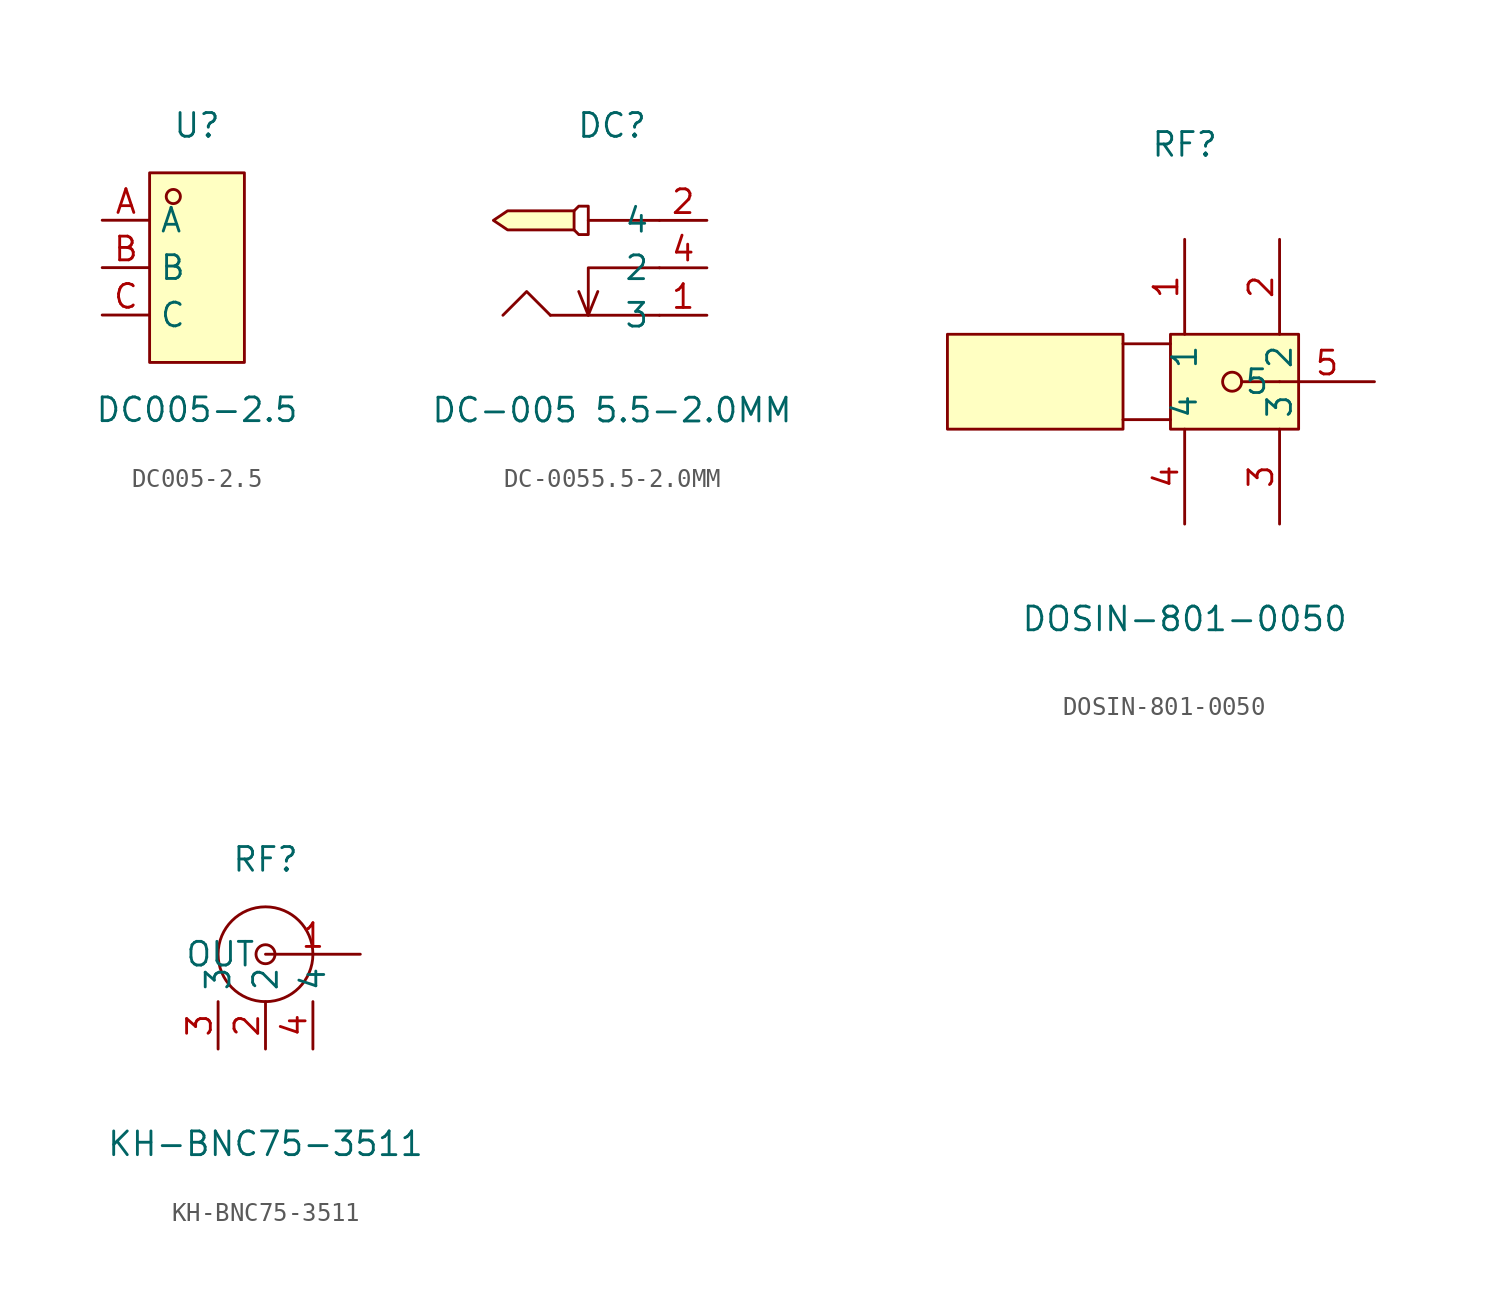
<source format=kicad_sym>
(kicad_symbol_lib
  (version 20231120)
  (generator "kicad_symbol_editor")
  (generator_version "8.0")
  (symbol "DC005-2.5"
    (property "Reference" "U"
      (at 0 7.62 0)
      (effects (font (size 1.27 1.27))))
    (property "Value" "DC005-2.5"
      (at 0 -7.62 0)
      (effects (font (size 1.27 1.27))))
    (symbol "DC005-2.5_0_1"
      (rectangle (start -2.54 5.08) (end 2.54 -5.08) (stroke (width 0) (type default) (color 0 0 0 0)) (fill (type background)))
      (circle (center -1.27 3.81) (radius 0.38) (stroke (width 0) (type default) (color 0 0 0 0)) (fill (type none)))
      (pin unspecified line (at -5.08 2.54 0) (length 2.54) (name "A" (effects (font (size 1.27 1.27)))) (number "A" (effects (font (size 1.27 1.27)))))
      (pin unspecified line (at -5.08 -0.00 0) (length 2.54) (name "B" (effects (font (size 1.27 1.27)))) (number "B" (effects (font (size 1.27 1.27)))))
      (pin unspecified line (at -5.08 -2.54 0) (length 2.54) (name "C" (effects (font (size 1.27 1.27)))) (number "C" (effects (font (size 1.27 1.27)))))))
  (symbol "DC-0055.5-2.0MM"
    (property "Reference" "DC"
      (at 0 7.62 0)
      (effects (font (size 1.27 1.27))))
    (property "Value" "DC-005 5.5-2.0MM"
      (at 0 -7.62 0)
      (effects (font (size 1.27 1.27))))
    (symbol "DC-0055.5-2.0MM_0_1"
      (polyline (pts (xy -1.27 2.54) (xy 2.54 2.54)) (stroke (width 0) (type default) (color 0 0 0 0)) (fill (type none)))
      (polyline (pts (xy -3.30 -2.54) (xy 2.54 -2.54)) (stroke (width 0) (type default) (color 0 0 0 0)) (fill (type none)))
      (polyline (pts (xy -3.30 -2.54) (xy -4.57 -1.27) (xy -5.84 -2.54) (xy -5.84 -2.54)) (stroke (width 0) (type default) (color 0 0 0 0)) (fill (type none)))
      (polyline (pts (xy -2.03 3.05) (xy -2.03 2.03) (xy -5.59 2.03) (xy -6.35 2.54) (xy -5.59 3.05) (xy -2.03 3.05)) (stroke (width 0) (type default) (color 0 0 0 0)) (fill (type background)))
      (polyline (pts (xy -2.03 3.05) (xy -1.78 3.30) (xy -1.27 3.30) (xy -1.27 1.78) (xy -1.78 1.78) (xy -2.03 2.03)) (stroke (width 0) (type default) (color 0 0 0 0)) (fill (type none)))
      (polyline (pts (xy 2.54 -0.00) (xy -1.27 -0.00) (xy -1.27 -2.54) (xy -1.78 -1.27)) (stroke (width 0) (type default) (color 0 0 0 0)) (fill (type none)))
      (polyline (pts (xy -1.27 -2.54) (xy -0.76 -1.27)) (stroke (width 0) (type default) (color 0 0 0 0)) (fill (type none)))
      (pin unspecified line (at 5.08 -2.54 180) (length 2.54) (name "3" (effects (font (size 1.27 1.27)))) (number "1" (effects (font (size 1.27 1.27)))))
      (pin unspecified line (at 5.08 2.54 180) (length 2.54) (name "4" (effects (font (size 1.27 1.27)))) (number "2" (effects (font (size 1.27 1.27)))))
      (pin unspecified line (at 5.08 -0.00 180) (length 2.54) (name "2" (effects (font (size 1.27 1.27)))) (number "4" (effects (font (size 1.27 1.27)))))))
  (symbol "DOSIN-801-0050"
    (property "Reference" "RF"
      (at 0 12.70 0)
      (effects (font (size 1.27 1.27))))
    (property "Value" "DOSIN-801-0050"
      (at 0 -12.70 0)
      (effects (font (size 1.27 1.27))))
    (symbol "DOSIN-801-0050_0_1"
      (rectangle (start -12.70 2.54) (end -3.30 -2.54) (stroke (width 0) (type default) (color 0 0 0 0)) (fill (type background)))
      (rectangle (start -0.76 2.54) (end 6.10 -2.54) (stroke (width 0) (type default) (color 0 0 0 0)) (fill (type background)))
      (circle (center 2.54 -0.00) (radius 0.51) (stroke (width 0) (type default) (color 0 0 0 0)) (fill (type none)))
      (polyline (pts (xy -3.30 2.03) (xy -0.76 2.03)) (stroke (width 0) (type default) (color 0 0 0 0)) (fill (type none)))
      (polyline (pts (xy -3.30 -2.03) (xy -0.76 -2.03)) (stroke (width 0) (type default) (color 0 0 0 0)) (fill (type none)))
      (polyline (pts (xy 3.05 -0.00) (xy 5.08 -0.00)) (stroke (width 0) (type default) (color 0 0 0 0)) (fill (type none)))
      (pin unspecified line (at 0.00 7.62 270) (length 5.08) (name "1" (effects (font (size 1.27 1.27)))) (number "1" (effects (font (size 1.27 1.27)))))
      (pin unspecified line (at 5.08 7.62 270) (length 5.08) (name "2" (effects (font (size 1.27 1.27)))) (number "2" (effects (font (size 1.27 1.27)))))
      (pin unspecified line (at 5.08 -7.62 90) (length 5.08) (name "3" (effects (font (size 1.27 1.27)))) (number "3" (effects (font (size 1.27 1.27)))))
      (pin unspecified line (at 0.00 -7.62 90) (length 5.08) (name "4" (effects (font (size 1.27 1.27)))) (number "4" (effects (font (size 1.27 1.27)))))
      (pin unspecified line (at 10.16 -0.00 180) (length 5.08) (name "5" (effects (font (size 1.27 1.27)))) (number "5" (effects (font (size 1.27 1.27)))))))
  (symbol "KH-BNC75-3511"
    (property "Reference" "RF"
      (at 0 5.08 0)
      (effects (font (size 1.27 1.27))))
    (property "Value" "KH-BNC75-3511"
      (at 0 -10.16 0)
      (effects (font (size 1.27 1.27))))
    (symbol "KH-BNC75-3511_0_1"
      (circle (center 0.00 -0.00) (radius 2.54) (stroke (width 0) (type default) (color 0 0 0 0)) (fill (type none)))
      (circle (center 0.00 -0.00) (radius 0.51) (stroke (width 0) (type default) (color 0 0 0 0)) (fill (type none)))
      (pin unspecified line (at 2.54 -5.08 90) (length 2.54) (name "4" (effects (font (size 1.27 1.27)))) (number "4" (effects (font (size 1.27 1.27)))))
      (pin unspecified line (at -2.54 -5.08 90) (length 2.54) (name "3" (effects (font (size 1.27 1.27)))) (number "3" (effects (font (size 1.27 1.27)))))
      (pin unspecified line (at 5.08 -0.00 180) (length 5.08) (name "OUT" (effects (font (size 1.27 1.27)))) (number "1" (effects (font (size 1.27 1.27)))))
      (pin unspecified line (at 0.00 -5.08 90) (length 2.54) (name "2" (effects (font (size 1.27 1.27)))) (number "2" (effects (font (size 1.27 1.27))))))))
</source>
